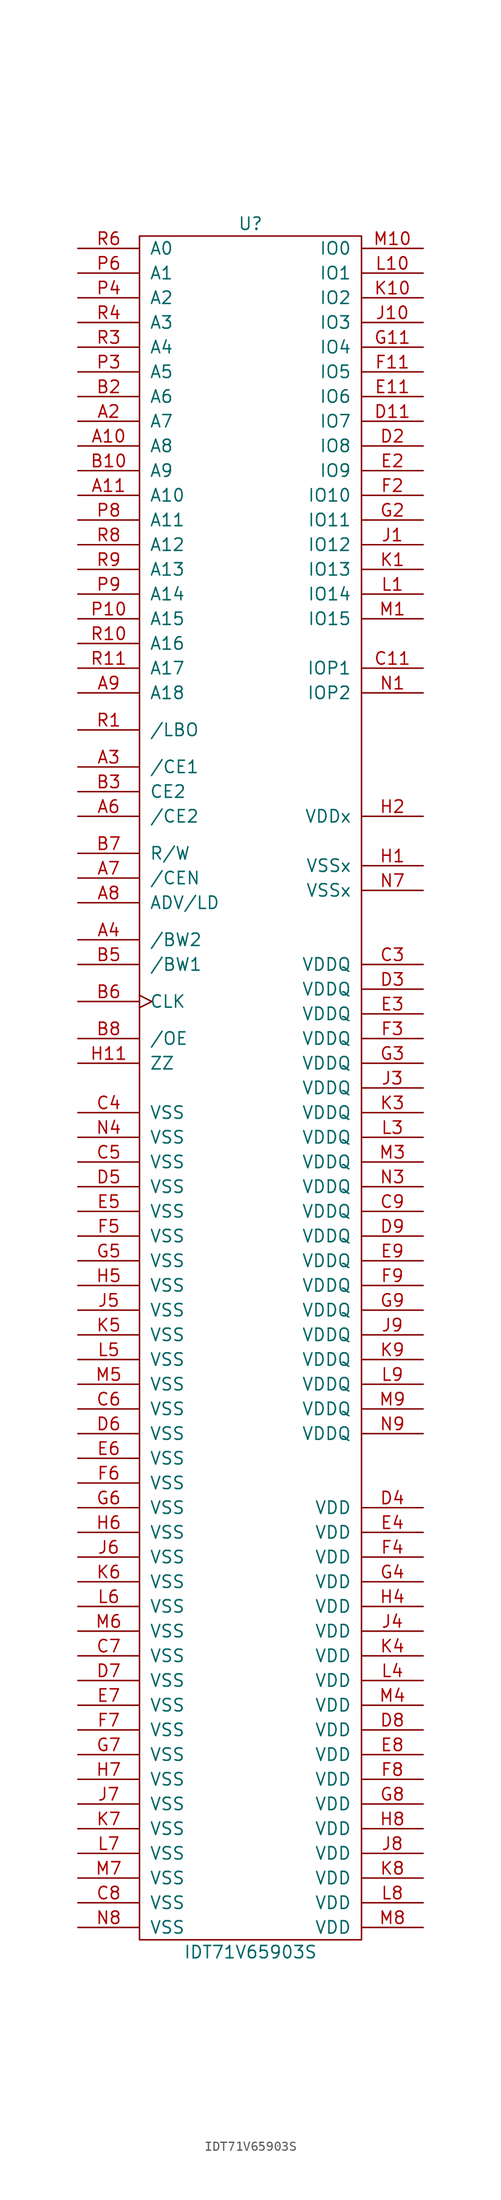
<source format=kicad_sym>
(kicad_symbol_lib
  (version 20231120)
  (generator "kicad_symbol_editor")
  (generator_version "8.0")
  (symbol "IDT71V65903S"
    (pin_names
      (offset 1.016))
    (property "Reference" "U"
      (at 0 88.9 0)
      (effects (font (size 1.27 1.27))))
    (property "Value" "IDT71V65903S"
      (at 0 -88.9 0)
      (effects (font (size 1.27 1.27))))
    (property "Footprint" ""
      (at 0 0 0)
      (effects (font (size 1.27 1.27))))
    (property "Datasheet" ""
      (at 0 0 0)
      (effects (font (size 1.27 1.27))))
    (symbol "IDT71V65903S_0_1"
      (rectangle (start -11.43 87.63) (end 11.43 -87.63) (stroke (width 0) (type solid)) (fill (type none))))
    (symbol "IDT71V65903S_1_1"
      (pin input line (at -17.78 66.04 0) (length 6.35) (name "A8" (effects (font (size 1.27 1.27)))) (number "A10" (effects (font (size 1.27 1.27)))))
      (pin input line (at -17.78 60.96 0) (length 6.35) (name "A10" (effects (font (size 1.27 1.27)))) (number "A11" (effects (font (size 1.27 1.27)))))
      (pin input line (at -17.78 68.58 0) (length 6.35) (name "A7" (effects (font (size 1.27 1.27)))) (number "A2" (effects (font (size 1.27 1.27)))))
      (pin input line (at -17.78 33.02 0) (length 6.35) (name "/CE1" (effects (font (size 1.27 1.27)))) (number "A3" (effects (font (size 1.27 1.27)))))
      (pin input line (at -17.78 15.24 0) (length 6.35) (name "/BW2" (effects (font (size 1.27 1.27)))) (number "A4" (effects (font (size 1.27 1.27)))))
      (pin input line (at -17.78 27.94 0) (length 6.35) (name "/CE2" (effects (font (size 1.27 1.27)))) (number "A6" (effects (font (size 1.27 1.27)))))
      (pin input line (at -17.78 21.59 0) (length 6.35) (name "/CEN" (effects (font (size 1.27 1.27)))) (number "A7" (effects (font (size 1.27 1.27)))))
      (pin input line (at -17.78 19.05 0) (length 6.35) (name "ADV/LD" (effects (font (size 1.27 1.27)))) (number "A8" (effects (font (size 1.27 1.27)))))
      (pin input line (at -17.78 40.64 0) (length 6.35) (name "A18" (effects (font (size 1.27 1.27)))) (number "A9" (effects (font (size 1.27 1.27)))))
      (pin input line (at -17.78 63.5 0) (length 6.35) (name "A9" (effects (font (size 1.27 1.27)))) (number "B10" (effects (font (size 1.27 1.27)))))
      (pin input line (at -17.78 71.12 0) (length 6.35) (name "A6" (effects (font (size 1.27 1.27)))) (number "B2" (effects (font (size 1.27 1.27)))))
      (pin input line (at -17.78 30.48 0) (length 6.35) (name "CE2" (effects (font (size 1.27 1.27)))) (number "B3" (effects (font (size 1.27 1.27)))))
      (pin input line (at -17.78 12.7 0) (length 6.35) (name "/BW1" (effects (font (size 1.27 1.27)))) (number "B5" (effects (font (size 1.27 1.27)))))
      (pin input clock (at -17.78 8.89 0) (length 6.35) (name "CLK" (effects (font (size 1.27 1.27)))) (number "B6" (effects (font (size 1.27 1.27)))))
      (pin input line (at -17.78 24.13 0) (length 6.35) (name "R/W" (effects (font (size 1.27 1.27)))) (number "B7" (effects (font (size 1.27 1.27)))))
      (pin input line (at -17.78 5.08 0) (length 6.35) (name "/OE" (effects (font (size 1.27 1.27)))) (number "B8" (effects (font (size 1.27 1.27)))))
      (pin bidirectional line (at 17.78 43.18 180) (length 6.35) (name "IOP1" (effects (font (size 1.27 1.27)))) (number "C11" (effects (font (size 1.27 1.27)))))
      (pin power_in line (at 17.78 12.7 180) (length 6.35) (name "VDDQ" (effects (font (size 1.27 1.27)))) (number "C3" (effects (font (size 1.27 1.27)))))
      (pin passive line (at -17.78 -2.54 0) (length 6.35) (name "VSS" (effects (font (size 1.27 1.27)))) (number "C4" (effects (font (size 1.27 1.27)))))
      (pin passive line (at -17.78 -7.62 0) (length 6.35) (name "VSS" (effects (font (size 1.27 1.27)))) (number "C5" (effects (font (size 1.27 1.27)))))
      (pin passive line (at -17.78 -33.02 0) (length 6.35) (name "VSS" (effects (font (size 1.27 1.27)))) (number "C6" (effects (font (size 1.27 1.27)))))
      (pin passive line (at -17.78 -58.42 0) (length 6.35) (name "VSS" (effects (font (size 1.27 1.27)))) (number "C7" (effects (font (size 1.27 1.27)))))
      (pin passive line (at -17.78 -83.82 0) (length 6.35) (name "VSS" (effects (font (size 1.27 1.27)))) (number "C8" (effects (font (size 1.27 1.27)))))
      (pin passive line (at 17.78 -12.7 180) (length 6.35) (name "VDDQ" (effects (font (size 1.27 1.27)))) (number "C9" (effects (font (size 1.27 1.27)))))
      (pin bidirectional line (at 17.78 68.58 180) (length 6.35) (name "IO7" (effects (font (size 1.27 1.27)))) (number "D11" (effects (font (size 1.27 1.27)))))
      (pin bidirectional line (at 17.78 66.04 180) (length 6.35) (name "IO8" (effects (font (size 1.27 1.27)))) (number "D2" (effects (font (size 1.27 1.27)))))
      (pin passive line (at 17.78 10.16 180) (length 6.35) (name "VDDQ" (effects (font (size 1.27 1.27)))) (number "D3" (effects (font (size 1.27 1.27)))))
      (pin passive line (at 17.78 -43.18 180) (length 6.35) (name "VDD" (effects (font (size 1.27 1.27)))) (number "D4" (effects (font (size 1.27 1.27)))))
      (pin passive line (at -17.78 -10.16 0) (length 6.35) (name "VSS" (effects (font (size 1.27 1.27)))) (number "D5" (effects (font (size 1.27 1.27)))))
      (pin passive line (at -17.78 -35.56 0) (length 6.35) (name "VSS" (effects (font (size 1.27 1.27)))) (number "D6" (effects (font (size 1.27 1.27)))))
      (pin passive line (at -17.78 -60.96 0) (length 6.35) (name "VSS" (effects (font (size 1.27 1.27)))) (number "D7" (effects (font (size 1.27 1.27)))))
      (pin passive line (at 17.78 -66.04 180) (length 6.35) (name "VDD" (effects (font (size 1.27 1.27)))) (number "D8" (effects (font (size 1.27 1.27)))))
      (pin passive line (at 17.78 -15.24 180) (length 6.35) (name "VDDQ" (effects (font (size 1.27 1.27)))) (number "D9" (effects (font (size 1.27 1.27)))))
      (pin bidirectional line (at 17.78 71.12 180) (length 6.35) (name "IO6" (effects (font (size 1.27 1.27)))) (number "E11" (effects (font (size 1.27 1.27)))))
      (pin bidirectional line (at 17.78 63.5 180) (length 6.35) (name "IO9" (effects (font (size 1.27 1.27)))) (number "E2" (effects (font (size 1.27 1.27)))))
      (pin passive line (at 17.78 7.62 180) (length 6.35) (name "VDDQ" (effects (font (size 1.27 1.27)))) (number "E3" (effects (font (size 1.27 1.27)))))
      (pin passive line (at 17.78 -45.72 180) (length 6.35) (name "VDD" (effects (font (size 1.27 1.27)))) (number "E4" (effects (font (size 1.27 1.27)))))
      (pin passive line (at -17.78 -12.7 0) (length 6.35) (name "VSS" (effects (font (size 1.27 1.27)))) (number "E5" (effects (font (size 1.27 1.27)))))
      (pin passive line (at -17.78 -38.1 0) (length 6.35) (name "VSS" (effects (font (size 1.27 1.27)))) (number "E6" (effects (font (size 1.27 1.27)))))
      (pin passive line (at -17.78 -63.5 0) (length 6.35) (name "VSS" (effects (font (size 1.27 1.27)))) (number "E7" (effects (font (size 1.27 1.27)))))
      (pin passive line (at 17.78 -68.58 180) (length 6.35) (name "VDD" (effects (font (size 1.27 1.27)))) (number "E8" (effects (font (size 1.27 1.27)))))
      (pin passive line (at 17.78 -17.78 180) (length 6.35) (name "VDDQ" (effects (font (size 1.27 1.27)))) (number "E9" (effects (font (size 1.27 1.27)))))
      (pin bidirectional line (at 17.78 73.66 180) (length 6.35) (name "IO5" (effects (font (size 1.27 1.27)))) (number "F11" (effects (font (size 1.27 1.27)))))
      (pin bidirectional line (at 17.78 60.96 180) (length 6.35) (name "IO10" (effects (font (size 1.27 1.27)))) (number "F2" (effects (font (size 1.27 1.27)))))
      (pin passive line (at 17.78 5.08 180) (length 6.35) (name "VDDQ" (effects (font (size 1.27 1.27)))) (number "F3" (effects (font (size 1.27 1.27)))))
      (pin passive line (at 17.78 -48.26 180) (length 6.35) (name "VDD" (effects (font (size 1.27 1.27)))) (number "F4" (effects (font (size 1.27 1.27)))))
      (pin passive line (at -17.78 -15.24 0) (length 6.35) (name "VSS" (effects (font (size 1.27 1.27)))) (number "F5" (effects (font (size 1.27 1.27)))))
      (pin passive line (at -17.78 -40.64 0) (length 6.35) (name "VSS" (effects (font (size 1.27 1.27)))) (number "F6" (effects (font (size 1.27 1.27)))))
      (pin passive line (at -17.78 -66.04 0) (length 6.35) (name "VSS" (effects (font (size 1.27 1.27)))) (number "F7" (effects (font (size 1.27 1.27)))))
      (pin passive line (at 17.78 -71.12 180) (length 6.35) (name "VDD" (effects (font (size 1.27 1.27)))) (number "F8" (effects (font (size 1.27 1.27)))))
      (pin passive line (at 17.78 -20.32 180) (length 6.35) (name "VDDQ" (effects (font (size 1.27 1.27)))) (number "F9" (effects (font (size 1.27 1.27)))))
      (pin bidirectional line (at 17.78 76.2 180) (length 6.35) (name "IO4" (effects (font (size 1.27 1.27)))) (number "G11" (effects (font (size 1.27 1.27)))))
      (pin bidirectional line (at 17.78 58.42 180) (length 6.35) (name "IO11" (effects (font (size 1.27 1.27)))) (number "G2" (effects (font (size 1.27 1.27)))))
      (pin passive line (at 17.78 2.54 180) (length 6.35) (name "VDDQ" (effects (font (size 1.27 1.27)))) (number "G3" (effects (font (size 1.27 1.27)))))
      (pin passive line (at 17.78 -50.8 180) (length 6.35) (name "VDD" (effects (font (size 1.27 1.27)))) (number "G4" (effects (font (size 1.27 1.27)))))
      (pin passive line (at -17.78 -17.78 0) (length 6.35) (name "VSS" (effects (font (size 1.27 1.27)))) (number "G5" (effects (font (size 1.27 1.27)))))
      (pin passive line (at -17.78 -43.18 0) (length 6.35) (name "VSS" (effects (font (size 1.27 1.27)))) (number "G6" (effects (font (size 1.27 1.27)))))
      (pin passive line (at -17.78 -68.58 0) (length 6.35) (name "VSS" (effects (font (size 1.27 1.27)))) (number "G7" (effects (font (size 1.27 1.27)))))
      (pin passive line (at 17.78 -73.66 180) (length 6.35) (name "VDD" (effects (font (size 1.27 1.27)))) (number "G8" (effects (font (size 1.27 1.27)))))
      (pin passive line (at 17.78 -22.86 180) (length 6.35) (name "VDDQ" (effects (font (size 1.27 1.27)))) (number "G9" (effects (font (size 1.27 1.27)))))
      (pin passive line (at 17.78 22.86 180) (length 6.35) (name "VSSx" (effects (font (size 1.27 1.27)))) (number "H1" (effects (font (size 1.27 1.27)))))
      (pin input line (at -17.78 2.54 0) (length 6.35) (name "ZZ" (effects (font (size 1.27 1.27)))) (number "H11" (effects (font (size 1.27 1.27)))))
      (pin passive line (at 17.78 27.94 180) (length 6.35) (name "VDDx" (effects (font (size 1.27 1.27)))) (number "H2" (effects (font (size 1.27 1.27)))))
      (pin passive line (at 17.78 -53.34 180) (length 6.35) (name "VDD" (effects (font (size 1.27 1.27)))) (number "H4" (effects (font (size 1.27 1.27)))))
      (pin passive line (at -17.78 -20.32 0) (length 6.35) (name "VSS" (effects (font (size 1.27 1.27)))) (number "H5" (effects (font (size 1.27 1.27)))))
      (pin passive line (at -17.78 -45.72 0) (length 6.35) (name "VSS" (effects (font (size 1.27 1.27)))) (number "H6" (effects (font (size 1.27 1.27)))))
      (pin passive line (at -17.78 -71.12 0) (length 6.35) (name "VSS" (effects (font (size 1.27 1.27)))) (number "H7" (effects (font (size 1.27 1.27)))))
      (pin passive line (at 17.78 -76.2 180) (length 6.35) (name "VDD" (effects (font (size 1.27 1.27)))) (number "H8" (effects (font (size 1.27 1.27)))))
      (pin bidirectional line (at 17.78 55.88 180) (length 6.35) (name "IO12" (effects (font (size 1.27 1.27)))) (number "J1" (effects (font (size 1.27 1.27)))))
      (pin bidirectional line (at 17.78 78.74 180) (length 6.35) (name "IO3" (effects (font (size 1.27 1.27)))) (number "J10" (effects (font (size 1.27 1.27)))))
      (pin passive line (at 17.78 0 180) (length 6.35) (name "VDDQ" (effects (font (size 1.27 1.27)))) (number "J3" (effects (font (size 1.27 1.27)))))
      (pin passive line (at 17.78 -55.88 180) (length 6.35) (name "VDD" (effects (font (size 1.27 1.27)))) (number "J4" (effects (font (size 1.27 1.27)))))
      (pin passive line (at -17.78 -22.86 0) (length 6.35) (name "VSS" (effects (font (size 1.27 1.27)))) (number "J5" (effects (font (size 1.27 1.27)))))
      (pin passive line (at -17.78 -48.26 0) (length 6.35) (name "VSS" (effects (font (size 1.27 1.27)))) (number "J6" (effects (font (size 1.27 1.27)))))
      (pin passive line (at -17.78 -73.66 0) (length 6.35) (name "VSS" (effects (font (size 1.27 1.27)))) (number "J7" (effects (font (size 1.27 1.27)))))
      (pin passive line (at 17.78 -78.74 180) (length 6.35) (name "VDD" (effects (font (size 1.27 1.27)))) (number "J8" (effects (font (size 1.27 1.27)))))
      (pin passive line (at 17.78 -25.4 180) (length 6.35) (name "VDDQ" (effects (font (size 1.27 1.27)))) (number "J9" (effects (font (size 1.27 1.27)))))
      (pin bidirectional line (at 17.78 53.34 180) (length 6.35) (name "IO13" (effects (font (size 1.27 1.27)))) (number "K1" (effects (font (size 1.27 1.27)))))
      (pin bidirectional line (at 17.78 81.28 180) (length 6.35) (name "IO2" (effects (font (size 1.27 1.27)))) (number "K10" (effects (font (size 1.27 1.27)))))
      (pin passive line (at 17.78 -2.54 180) (length 6.35) (name "VDDQ" (effects (font (size 1.27 1.27)))) (number "K3" (effects (font (size 1.27 1.27)))))
      (pin passive line (at 17.78 -58.42 180) (length 6.35) (name "VDD" (effects (font (size 1.27 1.27)))) (number "K4" (effects (font (size 1.27 1.27)))))
      (pin passive line (at -17.78 -25.4 0) (length 6.35) (name "VSS" (effects (font (size 1.27 1.27)))) (number "K5" (effects (font (size 1.27 1.27)))))
      (pin passive line (at -17.78 -50.8 0) (length 6.35) (name "VSS" (effects (font (size 1.27 1.27)))) (number "K6" (effects (font (size 1.27 1.27)))))
      (pin passive line (at -17.78 -76.2 0) (length 6.35) (name "VSS" (effects (font (size 1.27 1.27)))) (number "K7" (effects (font (size 1.27 1.27)))))
      (pin passive line (at 17.78 -81.28 180) (length 6.35) (name "VDD" (effects (font (size 1.27 1.27)))) (number "K8" (effects (font (size 1.27 1.27)))))
      (pin passive line (at 17.78 -27.94 180) (length 6.35) (name "VDDQ" (effects (font (size 1.27 1.27)))) (number "K9" (effects (font (size 1.27 1.27)))))
      (pin bidirectional line (at 17.78 50.8 180) (length 6.35) (name "IO14" (effects (font (size 1.27 1.27)))) (number "L1" (effects (font (size 1.27 1.27)))))
      (pin bidirectional line (at 17.78 83.82 180) (length 6.35) (name "IO1" (effects (font (size 1.27 1.27)))) (number "L10" (effects (font (size 1.27 1.27)))))
      (pin passive line (at 17.78 -5.08 180) (length 6.35) (name "VDDQ" (effects (font (size 1.27 1.27)))) (number "L3" (effects (font (size 1.27 1.27)))))
      (pin passive line (at 17.78 -60.96 180) (length 6.35) (name "VDD" (effects (font (size 1.27 1.27)))) (number "L4" (effects (font (size 1.27 1.27)))))
      (pin passive line (at -17.78 -27.94 0) (length 6.35) (name "VSS" (effects (font (size 1.27 1.27)))) (number "L5" (effects (font (size 1.27 1.27)))))
      (pin passive line (at -17.78 -53.34 0) (length 6.35) (name "VSS" (effects (font (size 1.27 1.27)))) (number "L6" (effects (font (size 1.27 1.27)))))
      (pin passive line (at -17.78 -78.74 0) (length 6.35) (name "VSS" (effects (font (size 1.27 1.27)))) (number "L7" (effects (font (size 1.27 1.27)))))
      (pin passive line (at 17.78 -83.82 180) (length 6.35) (name "VDD" (effects (font (size 1.27 1.27)))) (number "L8" (effects (font (size 1.27 1.27)))))
      (pin passive line (at 17.78 -30.48 180) (length 6.35) (name "VDDQ" (effects (font (size 1.27 1.27)))) (number "L9" (effects (font (size 1.27 1.27)))))
      (pin bidirectional line (at 17.78 48.26 180) (length 6.35) (name "IO15" (effects (font (size 1.27 1.27)))) (number "M1" (effects (font (size 1.27 1.27)))))
      (pin bidirectional line (at 17.78 86.36 180) (length 6.35) (name "IO0" (effects (font (size 1.27 1.27)))) (number "M10" (effects (font (size 1.27 1.27)))))
      (pin passive line (at 17.78 -7.62 180) (length 6.35) (name "VDDQ" (effects (font (size 1.27 1.27)))) (number "M3" (effects (font (size 1.27 1.27)))))
      (pin passive line (at 17.78 -63.5 180) (length 6.35) (name "VDD" (effects (font (size 1.27 1.27)))) (number "M4" (effects (font (size 1.27 1.27)))))
      (pin passive line (at -17.78 -30.48 0) (length 6.35) (name "VSS" (effects (font (size 1.27 1.27)))) (number "M5" (effects (font (size 1.27 1.27)))))
      (pin passive line (at -17.78 -55.88 0) (length 6.35) (name "VSS" (effects (font (size 1.27 1.27)))) (number "M6" (effects (font (size 1.27 1.27)))))
      (pin passive line (at -17.78 -81.28 0) (length 6.35) (name "VSS" (effects (font (size 1.27 1.27)))) (number "M7" (effects (font (size 1.27 1.27)))))
      (pin passive line (at 17.78 -86.36 180) (length 6.35) (name "VDD" (effects (font (size 1.27 1.27)))) (number "M8" (effects (font (size 1.27 1.27)))))
      (pin passive line (at 17.78 -33.02 180) (length 6.35) (name "VDDQ" (effects (font (size 1.27 1.27)))) (number "M9" (effects (font (size 1.27 1.27)))))
      (pin bidirectional line (at 17.78 40.64 180) (length 6.35) (name "IOP2" (effects (font (size 1.27 1.27)))) (number "N1" (effects (font (size 1.27 1.27)))))
      (pin passive line (at 17.78 -10.16 180) (length 6.35) (name "VDDQ" (effects (font (size 1.27 1.27)))) (number "N3" (effects (font (size 1.27 1.27)))))
      (pin passive line (at -17.78 -5.08 0) (length 6.35) (name "VSS" (effects (font (size 1.27 1.27)))) (number "N4" (effects (font (size 1.27 1.27)))))
      (pin passive line (at 17.78 20.32 180) (length 6.35) (name "VSSx" (effects (font (size 1.27 1.27)))) (number "N7" (effects (font (size 1.27 1.27)))))
      (pin passive line (at -17.78 -86.36 0) (length 6.35) (name "VSS" (effects (font (size 1.27 1.27)))) (number "N8" (effects (font (size 1.27 1.27)))))
      (pin power_in line (at 17.78 -35.56 180) (length 6.35) (name "VDDQ" (effects (font (size 1.27 1.27)))) (number "N9" (effects (font (size 1.27 1.27)))))
      (pin input line (at -17.78 48.26 0) (length 6.35) (name "A15" (effects (font (size 1.27 1.27)))) (number "P10" (effects (font (size 1.27 1.27)))))
      (pin input line (at -17.78 73.66 0) (length 6.35) (name "A5" (effects (font (size 1.27 1.27)))) (number "P3" (effects (font (size 1.27 1.27)))))
      (pin input line (at -17.78 81.28 0) (length 6.35) (name "A2" (effects (font (size 1.27 1.27)))) (number "P4" (effects (font (size 1.27 1.27)))))
      (pin input line (at -17.78 83.82 0) (length 6.35) (name "A1" (effects (font (size 1.27 1.27)))) (number "P6" (effects (font (size 1.27 1.27)))))
      (pin input line (at -17.78 58.42 0) (length 6.35) (name "A11" (effects (font (size 1.27 1.27)))) (number "P8" (effects (font (size 1.27 1.27)))))
      (pin input line (at -17.78 50.8 0) (length 6.35) (name "A14" (effects (font (size 1.27 1.27)))) (number "P9" (effects (font (size 1.27 1.27)))))
      (pin input line (at -17.78 36.83 0) (length 6.35) (name "/LBO" (effects (font (size 1.27 1.27)))) (number "R1" (effects (font (size 1.27 1.27)))))
      (pin input line (at -17.78 45.72 0) (length 6.35) (name "A16" (effects (font (size 1.27 1.27)))) (number "R10" (effects (font (size 1.27 1.27)))))
      (pin input line (at -17.78 43.18 0) (length 6.35) (name "A17" (effects (font (size 1.27 1.27)))) (number "R11" (effects (font (size 1.27 1.27)))))
      (pin input line (at -17.78 76.2 0) (length 6.35) (name "A4" (effects (font (size 1.27 1.27)))) (number "R3" (effects (font (size 1.27 1.27)))))
      (pin input line (at -17.78 78.74 0) (length 6.35) (name "A3" (effects (font (size 1.27 1.27)))) (number "R4" (effects (font (size 1.27 1.27)))))
      (pin input line (at -17.78 86.36 0) (length 6.35) (name "A0" (effects (font (size 1.27 1.27)))) (number "R6" (effects (font (size 1.27 1.27)))))
      (pin input line (at -17.78 55.88 0) (length 6.35) (name "A12" (effects (font (size 1.27 1.27)))) (number "R8" (effects (font (size 1.27 1.27)))))
      (pin input line (at -17.78 53.34 0) (length 6.35) (name "A13" (effects (font (size 1.27 1.27)))) (number "R9" (effects (font (size 1.27 1.27))))))))
</source>
